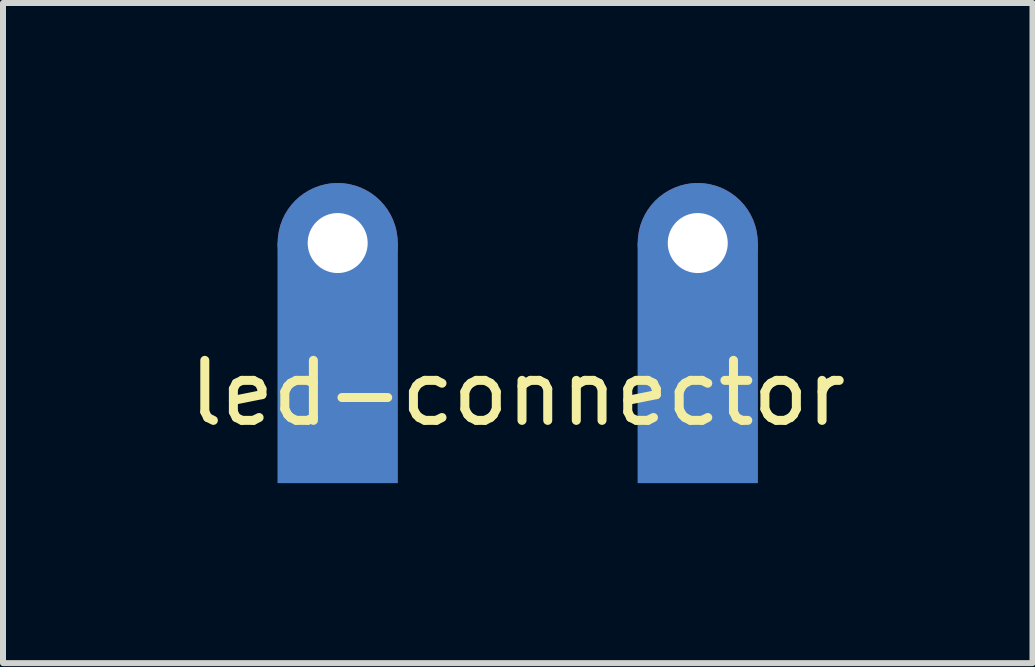
<source format=kicad_pcb>
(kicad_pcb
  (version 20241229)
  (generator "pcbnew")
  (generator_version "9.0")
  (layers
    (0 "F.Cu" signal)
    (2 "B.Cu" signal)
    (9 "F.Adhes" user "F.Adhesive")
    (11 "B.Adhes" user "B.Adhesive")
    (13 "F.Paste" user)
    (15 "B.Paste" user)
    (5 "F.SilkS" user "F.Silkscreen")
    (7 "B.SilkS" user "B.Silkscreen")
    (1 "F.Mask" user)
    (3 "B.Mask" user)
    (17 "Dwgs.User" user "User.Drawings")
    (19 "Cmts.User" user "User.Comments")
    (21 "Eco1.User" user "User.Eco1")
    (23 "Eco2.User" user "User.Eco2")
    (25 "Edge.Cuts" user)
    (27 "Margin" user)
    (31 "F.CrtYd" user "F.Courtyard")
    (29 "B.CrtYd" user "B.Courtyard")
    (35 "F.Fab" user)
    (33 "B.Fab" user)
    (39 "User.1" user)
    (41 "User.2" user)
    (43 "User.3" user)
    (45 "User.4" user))
  (footprint "led-connector"
    (layer "F.Cu")
    (at 5.577 3)
    (property "Reference" "led-connector" (at 0 0.5 0) (layer "F.SilkS") (effects (font (size 1 1) (thickness 0.15))))
    (attr through_hole)
    (pad "1" thru_hole circle (at -3 -2) (size 2 2) (drill 1) (layers "*.Cu" "*.Mask"))
    (pad "1" smd rect (at -3 0) (size 2 4) (layers "F.Cu" "F.Mask"))
    (pad "1" smd rect (at -3 0) (size 2 4) (layers "B.Cu" "B.Mask"))
    (pad "2" thru_hole circle (at 3 -2) (size 2 2) (drill 1) (layers "*.Cu" "*.Mask"))
    (pad "2" smd rect (at 3 0) (size 2 4) (layers "F.Cu" "F.Mask"))
    (pad "2" smd rect (at 3 0) (size 2 4) (layers "B.Cu" "B.Mask")))
  (gr_rect
    (start -3 -3)
    (end 14.155 8)
    (stroke (width 0.1) (type default))
    (fill no)
    (layer "Edge.Cuts")))
</source>
